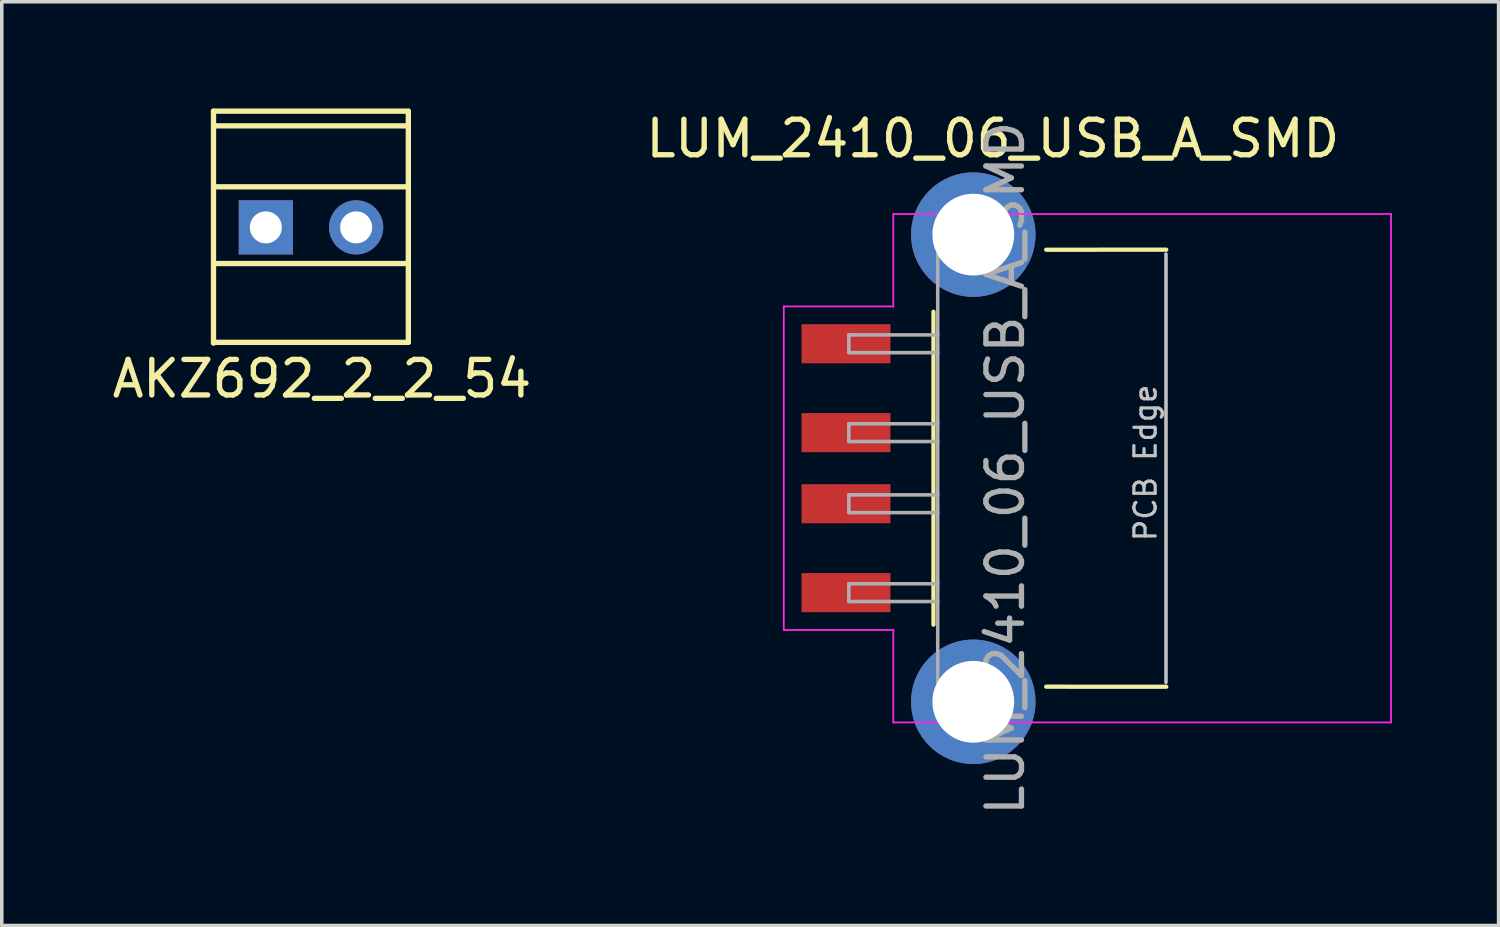
<source format=kicad_pcb>
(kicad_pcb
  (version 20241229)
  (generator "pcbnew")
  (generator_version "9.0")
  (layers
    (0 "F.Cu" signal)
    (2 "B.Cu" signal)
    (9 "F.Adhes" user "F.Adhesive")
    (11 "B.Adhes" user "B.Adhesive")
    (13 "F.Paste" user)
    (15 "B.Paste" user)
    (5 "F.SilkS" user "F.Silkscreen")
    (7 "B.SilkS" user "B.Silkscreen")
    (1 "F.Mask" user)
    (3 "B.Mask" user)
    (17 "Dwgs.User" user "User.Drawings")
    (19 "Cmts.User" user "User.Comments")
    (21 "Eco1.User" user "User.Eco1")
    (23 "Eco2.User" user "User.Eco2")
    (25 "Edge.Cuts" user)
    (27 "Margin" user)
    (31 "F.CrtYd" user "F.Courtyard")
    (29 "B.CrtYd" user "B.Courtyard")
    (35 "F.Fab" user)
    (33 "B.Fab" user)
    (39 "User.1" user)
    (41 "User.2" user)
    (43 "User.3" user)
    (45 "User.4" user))
  (footprint "LUM_2410_06_USB_A_SMD"
    (layer "F.Cu")
    (at 31.225 10.119)
    (property "Reference" "LUM_2410_06_USB_A_SMD" (at -6.35 -9.271 0) (layer "F.SilkS") (effects (font (size 1 1) (thickness 0.15))))
    (attr smd)
    (fp_line (start -8.02 -4.4) (end -8.02 4.4) (stroke (width 0.12) (type solid)) (layer "F.SilkS"))
    (fp_line (start -4.85 -6.145) (end -1.473 -6.147) (stroke (width 0.12) (type solid)) (layer "F.SilkS"))
    (fp_line (start -4.85 6.145) (end -1.473 6.147) (stroke (width 0.12) (type solid)) (layer "F.SilkS"))
    (fp_line (start -1.48 6.025) (end -1.48 -6.025) (stroke (width 0.1) (type solid)) (layer "Dwgs.User"))
    (fp_line (start -12.23 -4.55) (end -9.15 -4.55) (stroke (width 0.05) (type solid)) (layer "F.CrtYd"))
    (fp_line (start -12.23 4.55) (end -12.23 -4.55) (stroke (width 0.05) (type solid)) (layer "F.CrtYd"))
    (fp_line (start -12.23 4.55) (end -9.15 4.55) (stroke (width 0.05) (type solid)) (layer "F.CrtYd"))
    (fp_line (start -9.15 -7.15) (end -9.15 -4.55) (stroke (width 0.05) (type solid)) (layer "F.CrtYd"))
    (fp_line (start -9.15 -7.15) (end 4.85 -7.15) (stroke (width 0.05) (type solid)) (layer "F.CrtYd"))
    (fp_line (start -9.15 4.55) (end -9.15 7.15) (stroke (width 0.05) (type solid)) (layer "F.CrtYd"))
    (fp_line (start -9.15 7.15) (end 4.85 7.15) (stroke (width 0.05) (type solid)) (layer "F.CrtYd"))
    (fp_line (start 4.85 7.15) (end 4.85 -7.15) (stroke (width 0.05) (type solid)) (layer "F.CrtYd"))
    (fp_line (start -10.4 -3.75) (end -7.9 -3.75) (stroke (width 0.1) (type solid)) (layer "F.Fab"))
    (fp_line (start -10.4 -3.25) (end -10.4 -3.75) (stroke (width 0.1) (type solid)) (layer "F.Fab"))
    (fp_line (start -10.4 -3.25) (end -7.9 -3.25) (stroke (width 0.1) (type solid)) (layer "F.Fab"))
    (fp_line (start -10.4 -1.25) (end -7.9 -1.25) (stroke (width 0.1) (type solid)) (layer "F.Fab"))
    (fp_line (start -10.4 -0.75) (end -10.4 -1.25) (stroke (width 0.1) (type solid)) (layer "F.Fab"))
    (fp_line (start -10.4 -0.75) (end -7.9 -0.75) (stroke (width 0.1) (type solid)) (layer "F.Fab"))
    (fp_line (start -10.4 0.75) (end -7.9 0.75) (stroke (width 0.1) (type solid)) (layer "F.Fab"))
    (fp_line (start -10.4 1.25) (end -10.4 0.75) (stroke (width 0.1) (type solid)) (layer "F.Fab"))
    (fp_line (start -10.4 1.25) (end -7.9 1.25) (stroke (width 0.1) (type solid)) (layer "F.Fab"))
    (fp_line (start -10.4 3.25) (end -7.9 3.25) (stroke (width 0.1) (type solid)) (layer "F.Fab"))
    (fp_line (start -10.4 3.75) (end -10.4 3.25) (stroke (width 0.1) (type solid)) (layer "F.Fab"))
    (fp_line (start -10.4 3.75) (end -7.9 3.75) (stroke (width 0.1) (type solid)) (layer "F.Fab"))
    (fp_line (start -7.9 6.025) (end -7.9 -6.025) (stroke (width 0.1) (type solid)) (layer "F.Fab"))
    (fp_text user "PCB Edge" (at -2.057 -0.152 90) (layer "Dwgs.User") (effects (font (size 0.6 0.6) (thickness 0.09))))
    (fp_text user "${REFERENCE}" (at -6 0 90) (layer "F.Fab") (effects (font (size 1 1) (thickness 0.15))))
    (pad "1" smd rect (at -10.48 3.5) (size 2.5 1.1) (layers "F.Cu" "F.Mask" "F.Paste"))
    (pad "2" smd rect (at -10.48 1) (size 2.5 1.1) (layers "F.Cu" "F.Mask" "F.Paste"))
    (pad "3" smd rect (at -10.48 -1) (size 2.5 1.1) (layers "F.Cu" "F.Mask" "F.Paste"))
    (pad "4" smd rect (at -10.48 -3.5) (size 2.5 1.1) (layers "F.Cu" "F.Mask" "F.Paste"))
    (pad "5" thru_hole circle (at -6.9 -6.57) (size 3.5 3.5) (drill oval 2.3) (layers "*.Cu" "*.Mask"))
    (pad "5" thru_hole circle (at -6.9 6.57) (size 3.5 3.5) (drill oval 2.3) (layers "*.Cu" "*.Mask")))
  (footprint "AKZ692_2_2_54"
    (layer "F.Cu")
    (at 4.451 3.347)
    (property "Reference" "AKZ692_2_2_54" (at 1.554 4.257 0) (layer "F.SilkS") (effects (font (size 1 1) (thickness 0.15))))
    (attr through_hole)
    (fp_line (start -1.496 -3.272) (end 3.984 -3.272) (stroke (width 0.15) (type solid)) (layer "F.SilkS"))
    (fp_line (start -1.496 3.231) (end 3.984 3.231) (stroke (width 0.15) (type solid)) (layer "F.SilkS"))
    (fp_line (start -1.496 3.254) (end -1.496 -3.269) (stroke (width 0.15) (type solid)) (layer "F.SilkS"))
    (fp_line (start -1.46 -2.857) (end 3.937 -2.857) (stroke (width 0.15) (type solid)) (layer "F.SilkS"))
    (fp_line (start -1.46 -1.143) (end 3.937 -1.143) (stroke (width 0.15) (type solid)) (layer "F.SilkS"))
    (fp_line (start -1.46 1.016) (end 3.937 1.016) (stroke (width 0.15) (type solid)) (layer "F.SilkS"))
    (fp_line (start 3.984 3.231) (end 3.984 -3.269) (stroke (width 0.15) (type solid)) (layer "F.SilkS"))
    (pad "1" thru_hole rect (at -0.024 -0.002) (size 1.524 1.524) (drill 0.9) (layers "*.Cu" "*.Mask"))
    (pad "2" thru_hole circle (at 2.516 -0.002) (size 1.524 1.524) (drill 0.9) (layers "*.Cu" "*.Mask")))
  (gr_rect
    (start -3 -3)
    (end 39.1 22.982)
    (stroke (width 0.1) (type default))
    (fill no)
    (layer "Edge.Cuts")))
</source>
